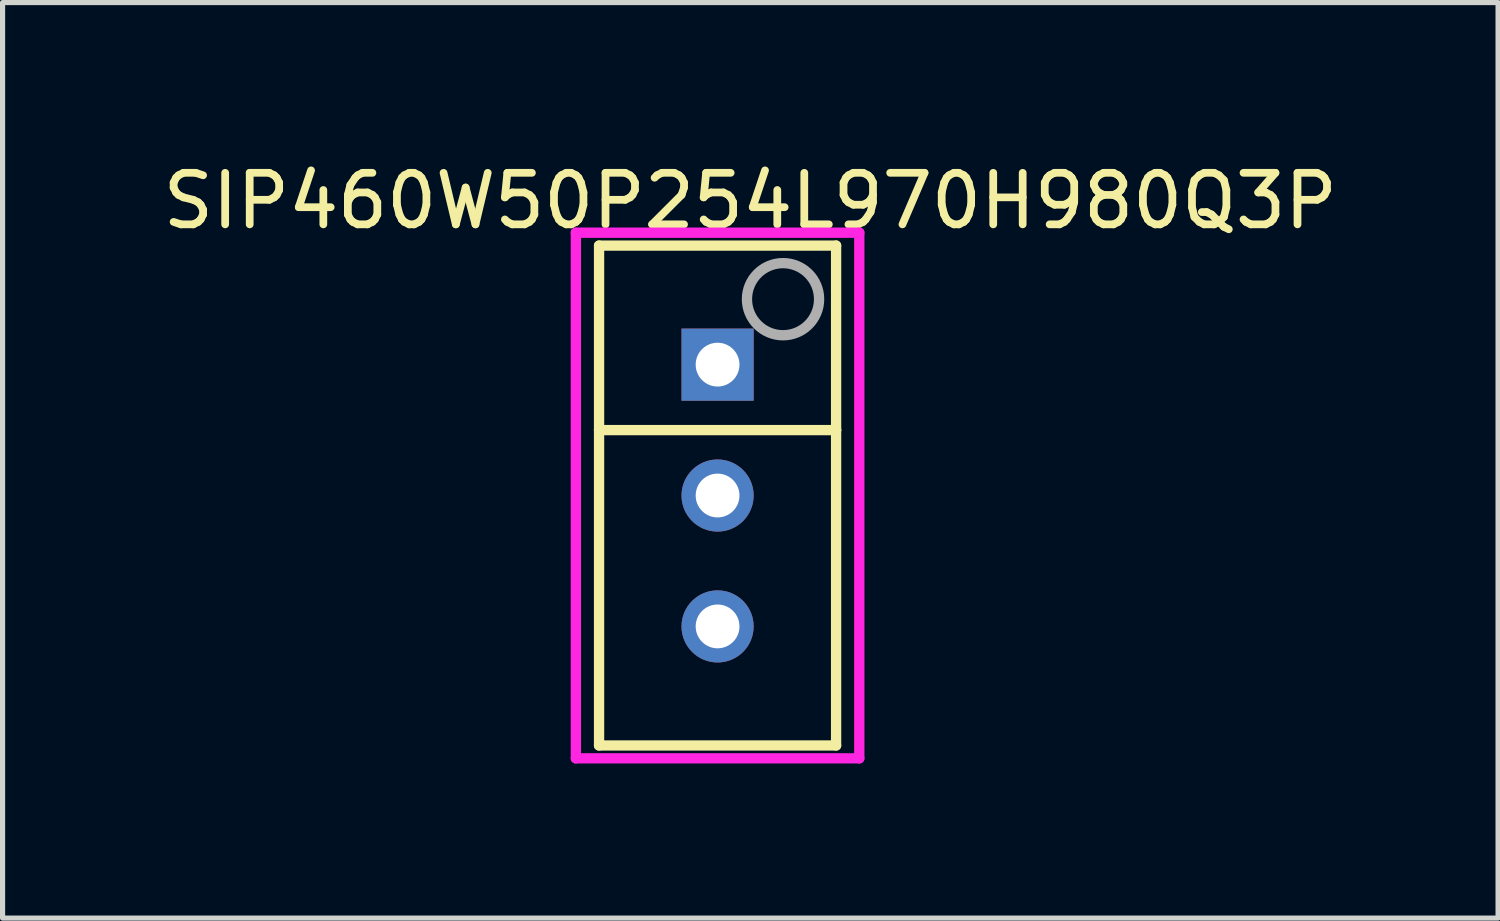
<source format=kicad_pcb>
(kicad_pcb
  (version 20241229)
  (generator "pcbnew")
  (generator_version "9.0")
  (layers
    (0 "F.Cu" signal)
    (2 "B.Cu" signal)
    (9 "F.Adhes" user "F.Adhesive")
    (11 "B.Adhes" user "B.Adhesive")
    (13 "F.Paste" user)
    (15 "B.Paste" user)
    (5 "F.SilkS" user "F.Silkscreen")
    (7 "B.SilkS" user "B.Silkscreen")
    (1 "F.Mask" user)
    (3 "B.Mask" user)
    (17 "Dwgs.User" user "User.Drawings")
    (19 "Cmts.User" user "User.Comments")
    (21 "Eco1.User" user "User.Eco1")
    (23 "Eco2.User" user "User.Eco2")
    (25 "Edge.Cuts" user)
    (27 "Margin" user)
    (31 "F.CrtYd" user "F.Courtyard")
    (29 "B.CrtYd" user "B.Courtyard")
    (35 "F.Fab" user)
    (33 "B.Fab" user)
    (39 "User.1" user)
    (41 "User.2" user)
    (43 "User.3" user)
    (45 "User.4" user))
  (footprint "SIP460W50P254L970H980Q3P"
    (layer "F.Cu")
    (at 10.875 6.566)
    (property "Reference" "SIP460W50P254L970H980Q3P" (at 0.635 -5.717 0) (layer "F.SilkS") (effects (font (size 1 1) (thickness 0.15))))
    (attr through_hole)
    (fp_line (start -2.3 -4.85) (end 2.3 -4.85) (stroke (width 0.2) (type solid)) (layer "F.SilkS"))
    (fp_line (start -2.3 -1.27) (end -2.3 -4.85) (stroke (width 0.2) (type solid)) (layer "F.SilkS"))
    (fp_line (start -2.3 -1.27) (end 2.3 -1.27) (stroke (width 0.2) (type solid)) (layer "F.SilkS"))
    (fp_line (start -2.3 4.85) (end -2.3 -1.27) (stroke (width 0.2) (type solid)) (layer "F.SilkS"))
    (fp_line (start 2.3 -4.85) (end 2.3 -1.27) (stroke (width 0.2) (type solid)) (layer "F.SilkS"))
    (fp_line (start 2.3 -1.27) (end 2.3 4.85) (stroke (width 0.2) (type solid)) (layer "F.SilkS"))
    (fp_line (start 2.3 4.85) (end -2.3 4.85) (stroke (width 0.2) (type solid)) (layer "F.SilkS"))
    (fp_line (start -2.75 -5.1) (end 2.75 -5.1) (stroke (width 0.2) (type solid)) (layer "F.CrtYd"))
    (fp_line (start -2.75 5.1) (end -2.75 -5.1) (stroke (width 0.2) (type solid)) (layer "F.CrtYd"))
    (fp_line (start 2.75 -5.1) (end 2.75 5.1) (stroke (width 0.2) (type solid)) (layer "F.CrtYd"))
    (fp_line (start 2.75 5.1) (end -2.75 5.1) (stroke (width 0.2) (type solid)) (layer "F.CrtYd"))
    (fp_circle (center 1.27 -3.81) (end 1.97 -3.81) (stroke (width 0.2) (type solid)) (fill no) (layer "F.Fab"))
    (pad "1" thru_hole rect (at 0 -2.54) (size 1.4 1.4) (drill 0.85) (layers "*.Cu" "*.Mask"))
    (pad "2" thru_hole circle (at 0 0) (size 1.4 1.4) (drill 0.85) (layers "*.Cu" "*.Mask"))
    (pad "3" thru_hole circle (at 0 2.54) (size 1.4 1.4) (drill 0.85) (layers "*.Cu" "*.Mask")))
  (gr_rect
    (start -3 -3)
    (end 26.021 14.766)
    (stroke (width 0.1) (type default))
    (fill no)
    (layer "Edge.Cuts")))
</source>
